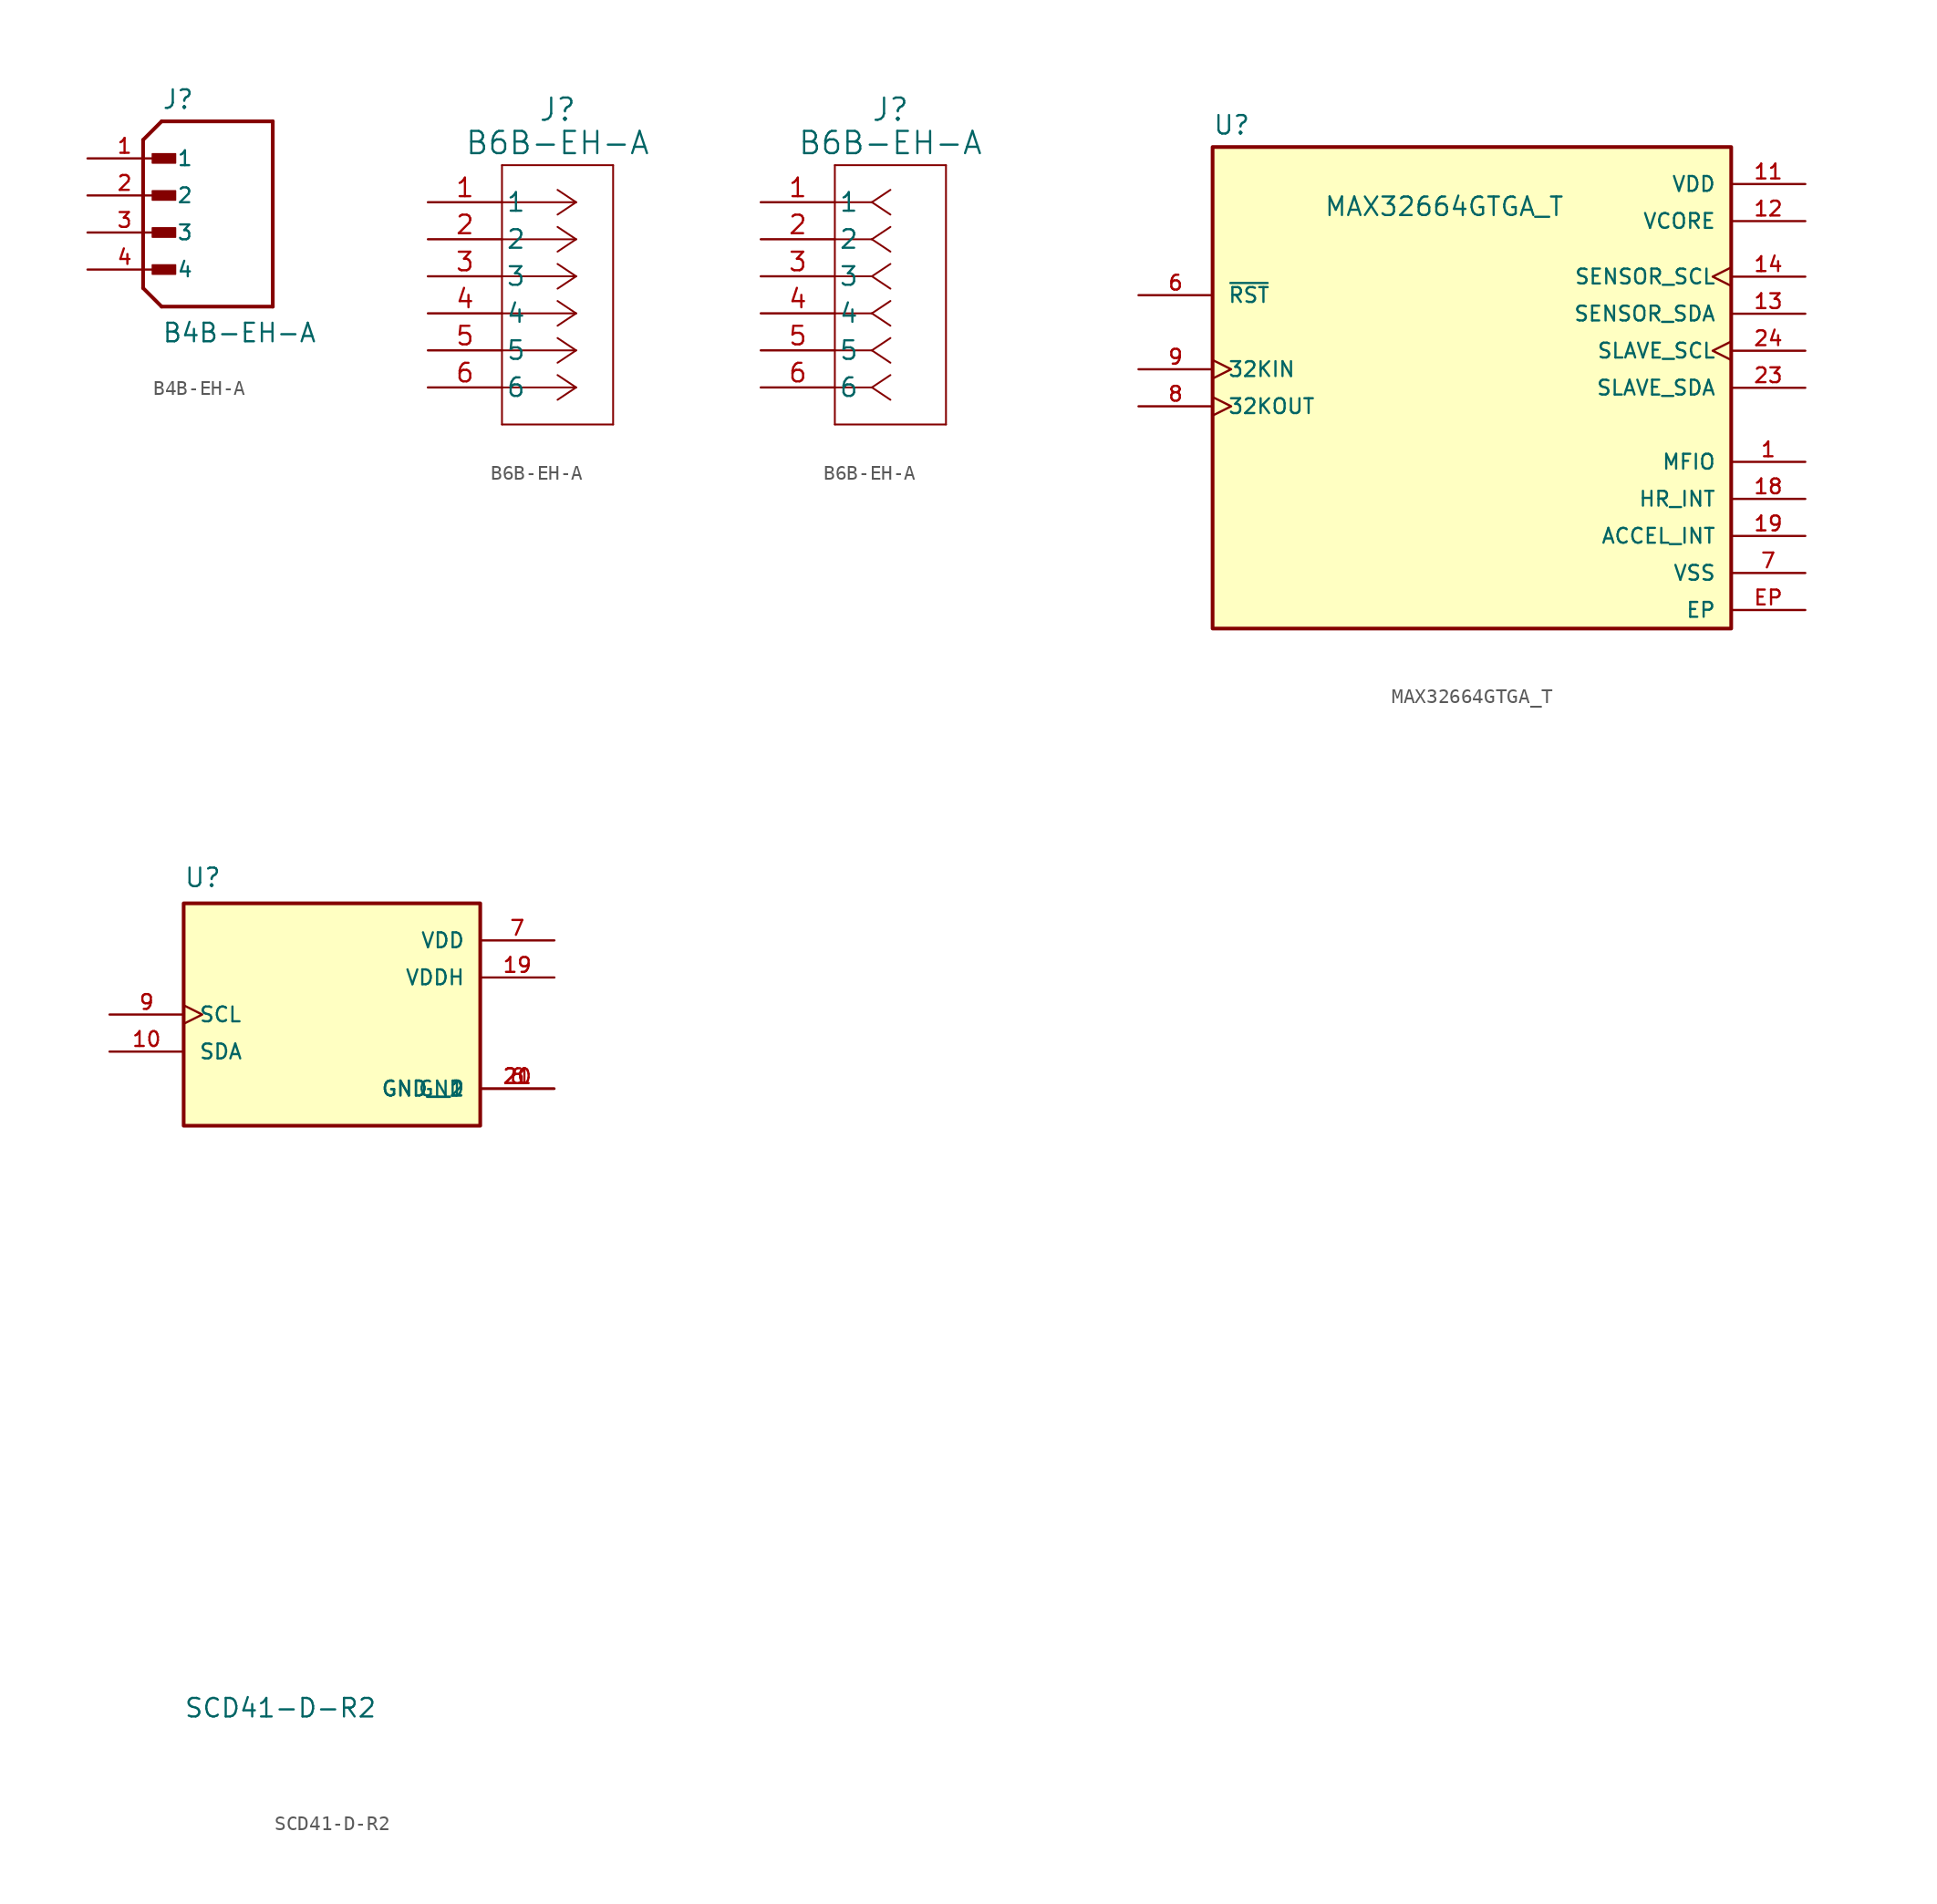
<source format=kicad_sym>
(kicad_symbol_lib
  (version 20231120)
  (generator "kicad_symbol_editor")
  (generator_version "8.0")
  (symbol "B4B-EH-A"
    (pin_names
      (offset 1.016))
    (property "Reference" "J"
      (at -2.54 8.382 0)
      (effects (font (size 1.27 1.27)) (justify left bottom)))
    (property "Value" "B4B-EH-A"
      (at -2.54 -7.62 0)
      (effects (font (size 1.27 1.27)) (justify left bottom)))
    (symbol "B4B-EH-A_0_0"
      (rectangle (start -3.175 -2.857) (end -1.587 -2.223) (stroke (width 0.1) (type default)) (fill (type outline)))
      (rectangle (start -3.175 -0.318) (end -1.587 0.318) (stroke (width 0.1) (type default)) (fill (type outline)))
      (rectangle (start -3.175 2.223) (end -1.587 2.857) (stroke (width 0.1) (type default)) (fill (type outline)))
      (rectangle (start -3.175 4.763) (end -1.587 5.397) (stroke (width 0.1) (type default)) (fill (type outline)))
      (polyline (pts (xy -3.81 -3.81) (xy -2.54 -5.08)) (stroke (width 0.254) (type default)) (fill (type none)))
      (polyline (pts (xy -3.81 6.35) (xy -3.81 -3.81)) (stroke (width 0.254) (type default)) (fill (type none)))
      (polyline (pts (xy -3.81 6.35) (xy -2.54 7.62)) (stroke (width 0.254) (type default)) (fill (type none)))
      (polyline (pts (xy -2.54 -5.08) (xy 5.08 -5.08)) (stroke (width 0.254) (type default)) (fill (type none)))
      (polyline (pts (xy 5.08 -5.08) (xy 5.08 7.62)) (stroke (width 0.254) (type default)) (fill (type none)))
      (polyline (pts (xy 5.08 7.62) (xy -2.54 7.62)) (stroke (width 0.254) (type default)) (fill (type none)))
      (pin passive line (at -7.62 5.08 0) (length 5.08) (name "1" (effects (font (size 1.016 1.016)))) (number "1" (effects (font (size 1.016 1.016)))))
      (pin passive line (at -7.62 2.54 0) (length 5.08) (name "2" (effects (font (size 1.016 1.016)))) (number "2" (effects (font (size 1.016 1.016)))))
      (pin passive line (at -7.62 0 0) (length 5.08) (name "3" (effects (font (size 1.016 1.016)))) (number "3" (effects (font (size 1.016 1.016)))))
      (pin passive line (at -7.62 -2.54 0) (length 5.08) (name "4" (effects (font (size 1.016 1.016)))) (number "4" (effects (font (size 1.016 1.016)))))))
  (symbol "B6B-EH-A"
    (pin_names
      (offset 0.254))
    (property "Reference" "J"
      (at 8.89 6.35 0)
      (effects (font (size 1.524 1.524))))
    (property "Value" "B6B-EH-A"
      (at 8.89 4.064 0)
      (effects (font (size 1.524 1.524))))
    (property "ki_locked" ""
      (at 0 0 0)
      (effects (font (size 1.27 1.27))))
    (symbol "B6B-EH-A_1_1"
      (polyline (pts (xy 5.08 -15.24) (xy 12.7 -15.24)) (stroke (width 0.127) (type default)) (fill (type none)))
      (polyline (pts (xy 5.08 2.54) (xy 5.08 -15.24)) (stroke (width 0.127) (type default)) (fill (type none)))
      (polyline (pts (xy 10.16 -12.7) (xy 5.08 -12.7)) (stroke (width 0.127) (type default)) (fill (type none)))
      (polyline (pts (xy 10.16 -12.7) (xy 8.89 -13.547)) (stroke (width 0.127) (type default)) (fill (type none)))
      (polyline (pts (xy 10.16 -12.7) (xy 8.89 -11.853)) (stroke (width 0.127) (type default)) (fill (type none)))
      (polyline (pts (xy 10.16 -10.16) (xy 5.08 -10.16)) (stroke (width 0.127) (type default)) (fill (type none)))
      (polyline (pts (xy 10.16 -10.16) (xy 8.89 -11.007)) (stroke (width 0.127) (type default)) (fill (type none)))
      (polyline (pts (xy 10.16 -10.16) (xy 8.89 -9.313)) (stroke (width 0.127) (type default)) (fill (type none)))
      (polyline (pts (xy 10.16 -7.62) (xy 5.08 -7.62)) (stroke (width 0.127) (type default)) (fill (type none)))
      (polyline (pts (xy 10.16 -7.62) (xy 8.89 -8.467)) (stroke (width 0.127) (type default)) (fill (type none)))
      (polyline (pts (xy 10.16 -7.62) (xy 8.89 -6.773)) (stroke (width 0.127) (type default)) (fill (type none)))
      (polyline (pts (xy 10.16 -5.08) (xy 5.08 -5.08)) (stroke (width 0.127) (type default)) (fill (type none)))
      (polyline (pts (xy 10.16 -5.08) (xy 8.89 -5.927)) (stroke (width 0.127) (type default)) (fill (type none)))
      (polyline (pts (xy 10.16 -5.08) (xy 8.89 -4.233)) (stroke (width 0.127) (type default)) (fill (type none)))
      (polyline (pts (xy 10.16 -2.54) (xy 5.08 -2.54)) (stroke (width 0.127) (type default)) (fill (type none)))
      (polyline (pts (xy 10.16 -2.54) (xy 8.89 -3.387)) (stroke (width 0.127) (type default)) (fill (type none)))
      (polyline (pts (xy 10.16 -2.54) (xy 8.89 -1.693)) (stroke (width 0.127) (type default)) (fill (type none)))
      (polyline (pts (xy 10.16 0) (xy 5.08 0)) (stroke (width 0.127) (type default)) (fill (type none)))
      (polyline (pts (xy 10.16 0) (xy 8.89 -0.847)) (stroke (width 0.127) (type default)) (fill (type none)))
      (polyline (pts (xy 10.16 0) (xy 8.89 0.847)) (stroke (width 0.127) (type default)) (fill (type none)))
      (polyline (pts (xy 12.7 -15.24) (xy 12.7 2.54)) (stroke (width 0.127) (type default)) (fill (type none)))
      (polyline (pts (xy 12.7 2.54) (xy 5.08 2.54)) (stroke (width 0.127) (type default)) (fill (type none)))
      (pin unspecified line (at 0 0 0) (length 5.08) (name "1" (effects (font (size 1.27 1.27)))) (number "1" (effects (font (size 1.27 1.27)))))
      (pin unspecified line (at 0 -2.54 0) (length 5.08) (name "2" (effects (font (size 1.27 1.27)))) (number "2" (effects (font (size 1.27 1.27)))))
      (pin unspecified line (at 0 -5.08 0) (length 5.08) (name "3" (effects (font (size 1.27 1.27)))) (number "3" (effects (font (size 1.27 1.27)))))
      (pin unspecified line (at 0 -7.62 0) (length 5.08) (name "4" (effects (font (size 1.27 1.27)))) (number "4" (effects (font (size 1.27 1.27)))))
      (pin unspecified line (at 0 -10.16 0) (length 5.08) (name "5" (effects (font (size 1.27 1.27)))) (number "5" (effects (font (size 1.27 1.27)))))
      (pin unspecified line (at 0 -12.7 0) (length 5.08) (name "6" (effects (font (size 1.27 1.27)))) (number "6" (effects (font (size 1.27 1.27))))))
    (symbol "B6B-EH-A_1_2"
      (polyline (pts (xy 5.08 -15.24) (xy 12.7 -15.24)) (stroke (width 0.127) (type default)) (fill (type none)))
      (polyline (pts (xy 5.08 2.54) (xy 5.08 -15.24)) (stroke (width 0.127) (type default)) (fill (type none)))
      (polyline (pts (xy 7.62 -12.7) (xy 5.08 -12.7)) (stroke (width 0.127) (type default)) (fill (type none)))
      (polyline (pts (xy 7.62 -12.7) (xy 8.89 -13.547)) (stroke (width 0.127) (type default)) (fill (type none)))
      (polyline (pts (xy 7.62 -12.7) (xy 8.89 -11.853)) (stroke (width 0.127) (type default)) (fill (type none)))
      (polyline (pts (xy 7.62 -10.16) (xy 5.08 -10.16)) (stroke (width 0.127) (type default)) (fill (type none)))
      (polyline (pts (xy 7.62 -10.16) (xy 8.89 -11.007)) (stroke (width 0.127) (type default)) (fill (type none)))
      (polyline (pts (xy 7.62 -10.16) (xy 8.89 -9.313)) (stroke (width 0.127) (type default)) (fill (type none)))
      (polyline (pts (xy 7.62 -7.62) (xy 5.08 -7.62)) (stroke (width 0.127) (type default)) (fill (type none)))
      (polyline (pts (xy 7.62 -7.62) (xy 8.89 -8.467)) (stroke (width 0.127) (type default)) (fill (type none)))
      (polyline (pts (xy 7.62 -7.62) (xy 8.89 -6.773)) (stroke (width 0.127) (type default)) (fill (type none)))
      (polyline (pts (xy 7.62 -5.08) (xy 5.08 -5.08)) (stroke (width 0.127) (type default)) (fill (type none)))
      (polyline (pts (xy 7.62 -5.08) (xy 8.89 -5.927)) (stroke (width 0.127) (type default)) (fill (type none)))
      (polyline (pts (xy 7.62 -5.08) (xy 8.89 -4.233)) (stroke (width 0.127) (type default)) (fill (type none)))
      (polyline (pts (xy 7.62 -2.54) (xy 5.08 -2.54)) (stroke (width 0.127) (type default)) (fill (type none)))
      (polyline (pts (xy 7.62 -2.54) (xy 8.89 -3.387)) (stroke (width 0.127) (type default)) (fill (type none)))
      (polyline (pts (xy 7.62 -2.54) (xy 8.89 -1.693)) (stroke (width 0.127) (type default)) (fill (type none)))
      (polyline (pts (xy 7.62 0) (xy 5.08 0)) (stroke (width 0.127) (type default)) (fill (type none)))
      (polyline (pts (xy 7.62 0) (xy 8.89 -0.847)) (stroke (width 0.127) (type default)) (fill (type none)))
      (polyline (pts (xy 7.62 0) (xy 8.89 0.847)) (stroke (width 0.127) (type default)) (fill (type none)))
      (polyline (pts (xy 12.7 -15.24) (xy 12.7 2.54)) (stroke (width 0.127) (type default)) (fill (type none)))
      (polyline (pts (xy 12.7 2.54) (xy 5.08 2.54)) (stroke (width 0.127) (type default)) (fill (type none)))
      (pin unspecified line (at 0 0 0) (length 5.08) (name "1" (effects (font (size 1.27 1.27)))) (number "1" (effects (font (size 1.27 1.27)))))
      (pin unspecified line (at 0 -2.54 0) (length 5.08) (name "2" (effects (font (size 1.27 1.27)))) (number "2" (effects (font (size 1.27 1.27)))))
      (pin unspecified line (at 0 -5.08 0) (length 5.08) (name "3" (effects (font (size 1.27 1.27)))) (number "3" (effects (font (size 1.27 1.27)))))
      (pin unspecified line (at 0 -7.62 0) (length 5.08) (name "4" (effects (font (size 1.27 1.27)))) (number "4" (effects (font (size 1.27 1.27)))))
      (pin unspecified line (at 0 -10.16 0) (length 5.08) (name "5" (effects (font (size 1.27 1.27)))) (number "5" (effects (font (size 1.27 1.27)))))
      (pin unspecified line (at 0 -12.7 0) (length 5.08) (name "6" (effects (font (size 1.27 1.27)))) (number "6" (effects (font (size 1.27 1.27)))))))
  (symbol "MAX32664GTGA_T"
    (pin_names
      (offset 1.016))
    (property "Reference" "U"
      (at -17.78 21.082 0)
      (effects (font (size 1.27 1.27)) (justify left bottom)))
    (property "Value" "MAX32664GTGA_T"
      (at -10.16 15.494 0)
      (effects (font (size 1.27 1.27)) (justify left bottom)))
    (symbol "MAX32664GTGA_T_0_0"
      (rectangle (start -17.78 20.32) (end 17.78 -12.7) (stroke (width 0.254) (type default)) (fill (type background)))
      (pin bidirectional line (at 22.86 -1.27 180) (length 5.08) (name "MFIO" (effects (font (size 1.016 1.016)))) (number "1" (effects (font (size 1.016 1.016)))))
      (pin power_in line (at 22.86 17.78 180) (length 5.08) (name "VDD" (effects (font (size 1.016 1.016)))) (number "11" (effects (font (size 1.016 1.016)))))
      (pin power_in line (at 22.86 15.24 180) (length 5.08) (name "VCORE" (effects (font (size 1.016 1.016)))) (number "12" (effects (font (size 1.016 1.016)))))
      (pin bidirectional line (at 22.86 8.89 180) (length 5.08) (name "SENSOR_SDA" (effects (font (size 1.016 1.016)))) (number "13" (effects (font (size 1.016 1.016)))))
      (pin input clock (at 22.86 11.43 180) (length 5.08) (name "SENSOR_SCL" (effects (font (size 1.016 1.016)))) (number "14" (effects (font (size 1.016 1.016)))))
      (pin input line (at 22.86 -3.81 180) (length 5.08) (name "HR_INT" (effects (font (size 1.016 1.016)))) (number "18" (effects (font (size 1.016 1.016)))))
      (pin input line (at 22.86 -6.35 180) (length 5.08) (name "ACCEL_INT" (effects (font (size 1.016 1.016)))) (number "19" (effects (font (size 1.016 1.016)))))
      (pin bidirectional line (at 22.86 3.81 180) (length 5.08) (name "SLAVE_SDA" (effects (font (size 1.016 1.016)))) (number "23" (effects (font (size 1.016 1.016)))))
      (pin input clock (at 22.86 6.35 180) (length 5.08) (name "SLAVE_SCL" (effects (font (size 1.016 1.016)))) (number "24" (effects (font (size 1.016 1.016)))))
      (pin input line (at -22.86 10.16 0) (length 5.08) (name "~{RST}" (effects (font (size 1.016 1.016)))) (number "6" (effects (font (size 1.016 1.016)))))
      (pin power_in line (at 22.86 -8.89 180) (length 5.08) (name "VSS" (effects (font (size 1.016 1.016)))) (number "7" (effects (font (size 1.016 1.016)))))
      (pin output clock (at -22.86 2.54 0) (length 5.08) (name "32KOUT" (effects (font (size 1.016 1.016)))) (number "8" (effects (font (size 1.016 1.016)))))
      (pin input clock (at -22.86 5.08 0) (length 5.08) (name "32KIN" (effects (font (size 1.016 1.016)))) (number "9" (effects (font (size 1.016 1.016)))))
      (pin power_in line (at 22.86 -11.43 180) (length 5.08) (name "EP" (effects (font (size 1.016 1.016)))) (number "EP" (effects (font (size 1.016 1.016))))))
    (symbol "MAX32664GTGA_T_1_0"
      (pin power_in line (at 22.86 -8.89 180) (length 5.08) hide (name "VSS__1" (effects (font (size 1.016 1.016)))) (number "10" (effects (font (size 1.016 1.016)))))
      (pin power_in line (at 22.86 17.78 180) (length 5.08) hide (name "VDD__1" (effects (font (size 1.016 1.016)))) (number "22" (effects (font (size 1.016 1.016)))))))
  (symbol "SCD41-D-R2"
    (pin_names
      (offset 1.016))
    (property "Reference" "U"
      (at -10.16 11.176 0)
      (effects (font (size 1.27 1.27)) (justify left bottom)))
    (property "Value" "SCD41-D-R2"
      (at -10.16 -45.72 0)
      (effects (font (size 1.27 1.27)) (justify left bottom)))
    (symbol "SCD41-D-R2_0_0"
      (rectangle (start -10.16 10.16) (end 10.16 -5.08) (stroke (width 0.254) (type default)) (fill (type background)))
      (pin no_connect line (at -15.24 -5.08 0) (length 5.08) hide (name "DNC" (effects (font (size 1.016 1.016)))) (number "1" (effects (font (size 1.016 1.016)))))
      (pin bidirectional line (at -15.24 0 0) (length 5.08) (name "SDA" (effects (font (size 1.016 1.016)))) (number "10" (effects (font (size 1.016 1.016)))))
      (pin no_connect line (at -15.24 -20.32 0) (length 5.08) hide (name "DNC__6" (effects (font (size 1.016 1.016)))) (number "11" (effects (font (size 1.016 1.016)))))
      (pin no_connect line (at -15.24 -22.86 0) (length 5.08) hide (name "DNC__7" (effects (font (size 1.016 1.016)))) (number "12" (effects (font (size 1.016 1.016)))))
      (pin no_connect line (at -15.24 -25.4 0) (length 5.08) hide (name "DNC__8" (effects (font (size 1.016 1.016)))) (number "13" (effects (font (size 1.016 1.016)))))
      (pin no_connect line (at -15.24 -27.94 0) (length 5.08) hide (name "DNC__9" (effects (font (size 1.016 1.016)))) (number "14" (effects (font (size 1.016 1.016)))))
      (pin no_connect line (at -15.24 -30.48 0) (length 5.08) hide (name "DNC__10" (effects (font (size 1.016 1.016)))) (number "15" (effects (font (size 1.016 1.016)))))
      (pin no_connect line (at -15.24 -33.02 0) (length 5.08) hide (name "DNC__11" (effects (font (size 1.016 1.016)))) (number "16" (effects (font (size 1.016 1.016)))))
      (pin no_connect line (at -15.24 -35.56 0) (length 5.08) hide (name "DNC__12" (effects (font (size 1.016 1.016)))) (number "17" (effects (font (size 1.016 1.016)))))
      (pin no_connect line (at -15.24 -38.1 0) (length 5.08) hide (name "DNC__13" (effects (font (size 1.016 1.016)))) (number "18" (effects (font (size 1.016 1.016)))))
      (pin power_in line (at 15.24 5.08 180) (length 5.08) (name "VDDH" (effects (font (size 1.016 1.016)))) (number "19" (effects (font (size 1.016 1.016)))))
      (pin no_connect line (at -15.24 -7.62 0) (length 5.08) hide (name "DNC__1" (effects (font (size 1.016 1.016)))) (number "2" (effects (font (size 1.016 1.016)))))
      (pin power_in line (at 15.24 -2.54 180) (length 5.08) (name "GND__1" (effects (font (size 1.016 1.016)))) (number "20" (effects (font (size 1.016 1.016)))))
      (pin power_in line (at 15.24 -2.54 180) (length 5.08) (name "GND__2" (effects (font (size 1.016 1.016)))) (number "21" (effects (font (size 1.016 1.016)))))
      (pin no_connect line (at -15.24 -10.16 0) (length 5.08) hide (name "DNC__2" (effects (font (size 1.016 1.016)))) (number "3" (effects (font (size 1.016 1.016)))))
      (pin no_connect line (at -15.24 -12.7 0) (length 5.08) hide (name "DNC__3" (effects (font (size 1.016 1.016)))) (number "4" (effects (font (size 1.016 1.016)))))
      (pin no_connect line (at -15.24 -15.24 0) (length 5.08) hide (name "DNC__4" (effects (font (size 1.016 1.016)))) (number "5" (effects (font (size 1.016 1.016)))))
      (pin power_in line (at 15.24 -2.54 180) (length 5.08) (name "GND" (effects (font (size 1.016 1.016)))) (number "6" (effects (font (size 1.016 1.016)))))
      (pin power_in line (at 15.24 7.62 180) (length 5.08) (name "VDD" (effects (font (size 1.016 1.016)))) (number "7" (effects (font (size 1.016 1.016)))))
      (pin no_connect line (at -15.24 -17.78 0) (length 5.08) hide (name "DNC__5" (effects (font (size 1.016 1.016)))) (number "8" (effects (font (size 1.016 1.016)))))
      (pin input clock (at -15.24 2.54 0) (length 5.08) (name "SCL" (effects (font (size 1.016 1.016)))) (number "9" (effects (font (size 1.016 1.016))))))))
</source>
